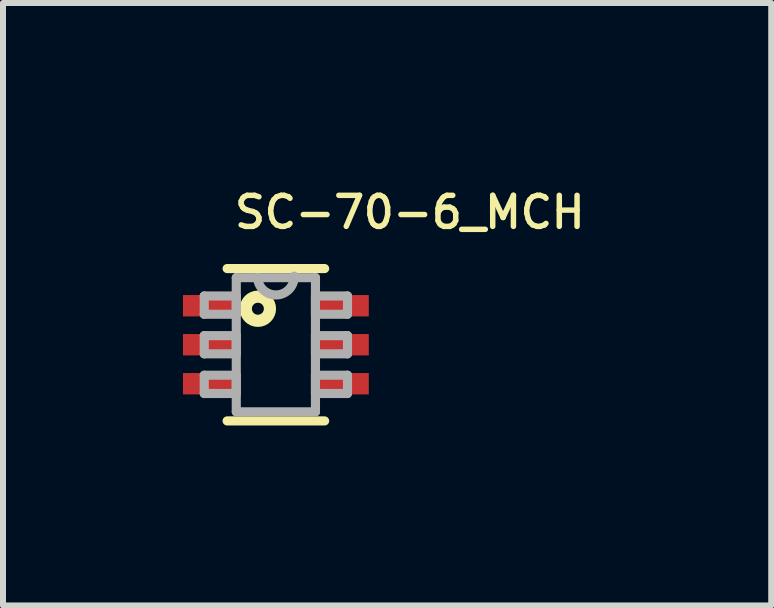
<source format=kicad_pcb>
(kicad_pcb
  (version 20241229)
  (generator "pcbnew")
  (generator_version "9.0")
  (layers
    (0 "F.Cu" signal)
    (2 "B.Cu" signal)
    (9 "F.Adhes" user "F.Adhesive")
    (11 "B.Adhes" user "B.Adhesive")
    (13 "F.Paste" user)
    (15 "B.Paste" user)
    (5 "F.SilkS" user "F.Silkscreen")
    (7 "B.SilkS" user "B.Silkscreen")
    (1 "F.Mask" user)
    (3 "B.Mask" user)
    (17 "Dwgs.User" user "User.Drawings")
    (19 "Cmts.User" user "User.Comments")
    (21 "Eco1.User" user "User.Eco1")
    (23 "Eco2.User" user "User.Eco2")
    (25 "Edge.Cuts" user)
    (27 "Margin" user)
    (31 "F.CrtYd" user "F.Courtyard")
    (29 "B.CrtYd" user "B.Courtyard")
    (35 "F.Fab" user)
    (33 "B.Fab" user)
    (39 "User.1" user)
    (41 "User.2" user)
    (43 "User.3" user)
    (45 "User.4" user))
  (footprint "SC-70-6_MCH"
    (layer "F.Cu")
    (at 1.549 2.697)
    (property "Reference" "SC-70-6_MCH" (at -0.737 -1.905 0) (layer "F.SilkS") (effects (font (size 0.518 0.518) (thickness 0.091)) (justify left bottom)))
    (fp_line (start -0.813 1.27) (end 0.813 1.27) (stroke (width 0.152) (type solid)) (layer "F.SilkS"))
    (fp_line (start 0.813 -1.27) (end -0.813 -1.27) (stroke (width 0.152) (type solid)) (layer "F.SilkS"))
    (fp_circle (center -0.3 -0.6) (end -0.2 -0.6) (stroke (width 0.203) (type solid)) (fill no) (layer "F.SilkS"))
    (fp_line (start -1.194 -0.813) (end -1.194 -0.508) (stroke (width 0.152) (type solid)) (layer "F.Fab"))
    (fp_line (start -1.194 -0.508) (end -0.66 -0.508) (stroke (width 0.152) (type solid)) (layer "F.Fab"))
    (fp_line (start -1.194 -0.152) (end -1.194 0.152) (stroke (width 0.152) (type solid)) (layer "F.Fab"))
    (fp_line (start -1.194 0.152) (end -0.66 0.152) (stroke (width 0.152) (type solid)) (layer "F.Fab"))
    (fp_line (start -1.194 0.508) (end -1.194 0.813) (stroke (width 0.152) (type solid)) (layer "F.Fab"))
    (fp_line (start -1.194 0.813) (end -0.66 0.813) (stroke (width 0.152) (type solid)) (layer "F.Fab"))
    (fp_line (start -0.66 -1.118) (end -0.66 1.118) (stroke (width 0.152) (type solid)) (layer "F.Fab"))
    (fp_line (start -0.66 -0.813) (end -1.194 -0.813) (stroke (width 0.152) (type solid)) (layer "F.Fab"))
    (fp_line (start -0.66 -0.508) (end -0.66 -0.813) (stroke (width 0.152) (type solid)) (layer "F.Fab"))
    (fp_line (start -0.66 -0.152) (end -1.194 -0.152) (stroke (width 0.152) (type solid)) (layer "F.Fab"))
    (fp_line (start -0.66 0.152) (end -0.66 -0.152) (stroke (width 0.152) (type solid)) (layer "F.Fab"))
    (fp_line (start -0.66 0.508) (end -1.194 0.508) (stroke (width 0.152) (type solid)) (layer "F.Fab"))
    (fp_line (start -0.66 0.813) (end -0.66 0.508) (stroke (width 0.152) (type solid)) (layer "F.Fab"))
    (fp_line (start -0.66 1.118) (end 0.66 1.118) (stroke (width 0.152) (type solid)) (layer "F.Fab"))
    (fp_line (start -0.305 -1.118) (end -0.66 -1.118) (stroke (width 0.152) (type solid)) (layer "F.Fab"))
    (fp_line (start 0.66 -1.118) (end -0.305 -1.118) (stroke (width 0.152) (type solid)) (layer "F.Fab"))
    (fp_line (start 0.66 -0.813) (end 0.66 -0.508) (stroke (width 0.152) (type solid)) (layer "F.Fab"))
    (fp_line (start 0.66 -0.508) (end 1.194 -0.508) (stroke (width 0.152) (type solid)) (layer "F.Fab"))
    (fp_line (start 0.66 -0.152) (end 0.66 0.152) (stroke (width 0.152) (type solid)) (layer "F.Fab"))
    (fp_line (start 0.66 0.152) (end 1.194 0.152) (stroke (width 0.152) (type solid)) (layer "F.Fab"))
    (fp_line (start 0.66 0.508) (end 0.66 0.813) (stroke (width 0.152) (type solid)) (layer "F.Fab"))
    (fp_line (start 0.66 0.813) (end 1.194 0.813) (stroke (width 0.152) (type solid)) (layer "F.Fab"))
    (fp_line (start 0.66 1.118) (end 0.66 -1.118) (stroke (width 0.152) (type solid)) (layer "F.Fab"))
    (fp_line (start 1.194 -0.813) (end 0.66 -0.813) (stroke (width 0.152) (type solid)) (layer "F.Fab"))
    (fp_line (start 1.194 -0.508) (end 1.194 -0.813) (stroke (width 0.152) (type solid)) (layer "F.Fab"))
    (fp_line (start 1.194 -0.152) (end 0.66 -0.152) (stroke (width 0.152) (type solid)) (layer "F.Fab"))
    (fp_line (start 1.194 0.152) (end 1.194 -0.152) (stroke (width 0.152) (type solid)) (layer "F.Fab"))
    (fp_line (start 1.194 0.508) (end 0.66 0.508) (stroke (width 0.152) (type solid)) (layer "F.Fab"))
    (fp_line (start 1.194 0.813) (end 1.194 0.508) (stroke (width 0.152) (type solid)) (layer "F.Fab"))
    (fp_arc (start 0.3048 -1.143) (mid 0.0127 -0.8255) (end -0.3048 -1.1176) (stroke (width 0.1524) (type solid)) (layer "F.Fab"))
    (pad "1" smd rect (at -1.111 -0.65) (size 0.876 0.356) (layers "F.Cu" "F.Mask" "F.Paste"))
    (pad "2" smd rect (at -1.111 0) (size 0.876 0.356) (layers "F.Cu" "F.Mask" "F.Paste"))
    (pad "3" smd rect (at -1.111 0.65) (size 0.876 0.356) (layers "F.Cu" "F.Mask" "F.Paste"))
    (pad "4" smd rect (at 1.111 0.65) (size 0.876 0.356) (layers "F.Cu" "F.Mask" "F.Paste"))
    (pad "5" smd rect (at 1.111 0) (size 0.876 0.356) (layers "F.Cu" "F.Mask" "F.Paste"))
    (pad "6" smd rect (at 1.111 -0.65) (size 0.876 0.356) (layers "F.Cu" "F.Mask" "F.Paste")))
  (gr_rect
    (start -3 -3)
    (end 9.807 7.044)
    (stroke (width 0.1) (type default))
    (fill no)
    (layer "Edge.Cuts")))
</source>
